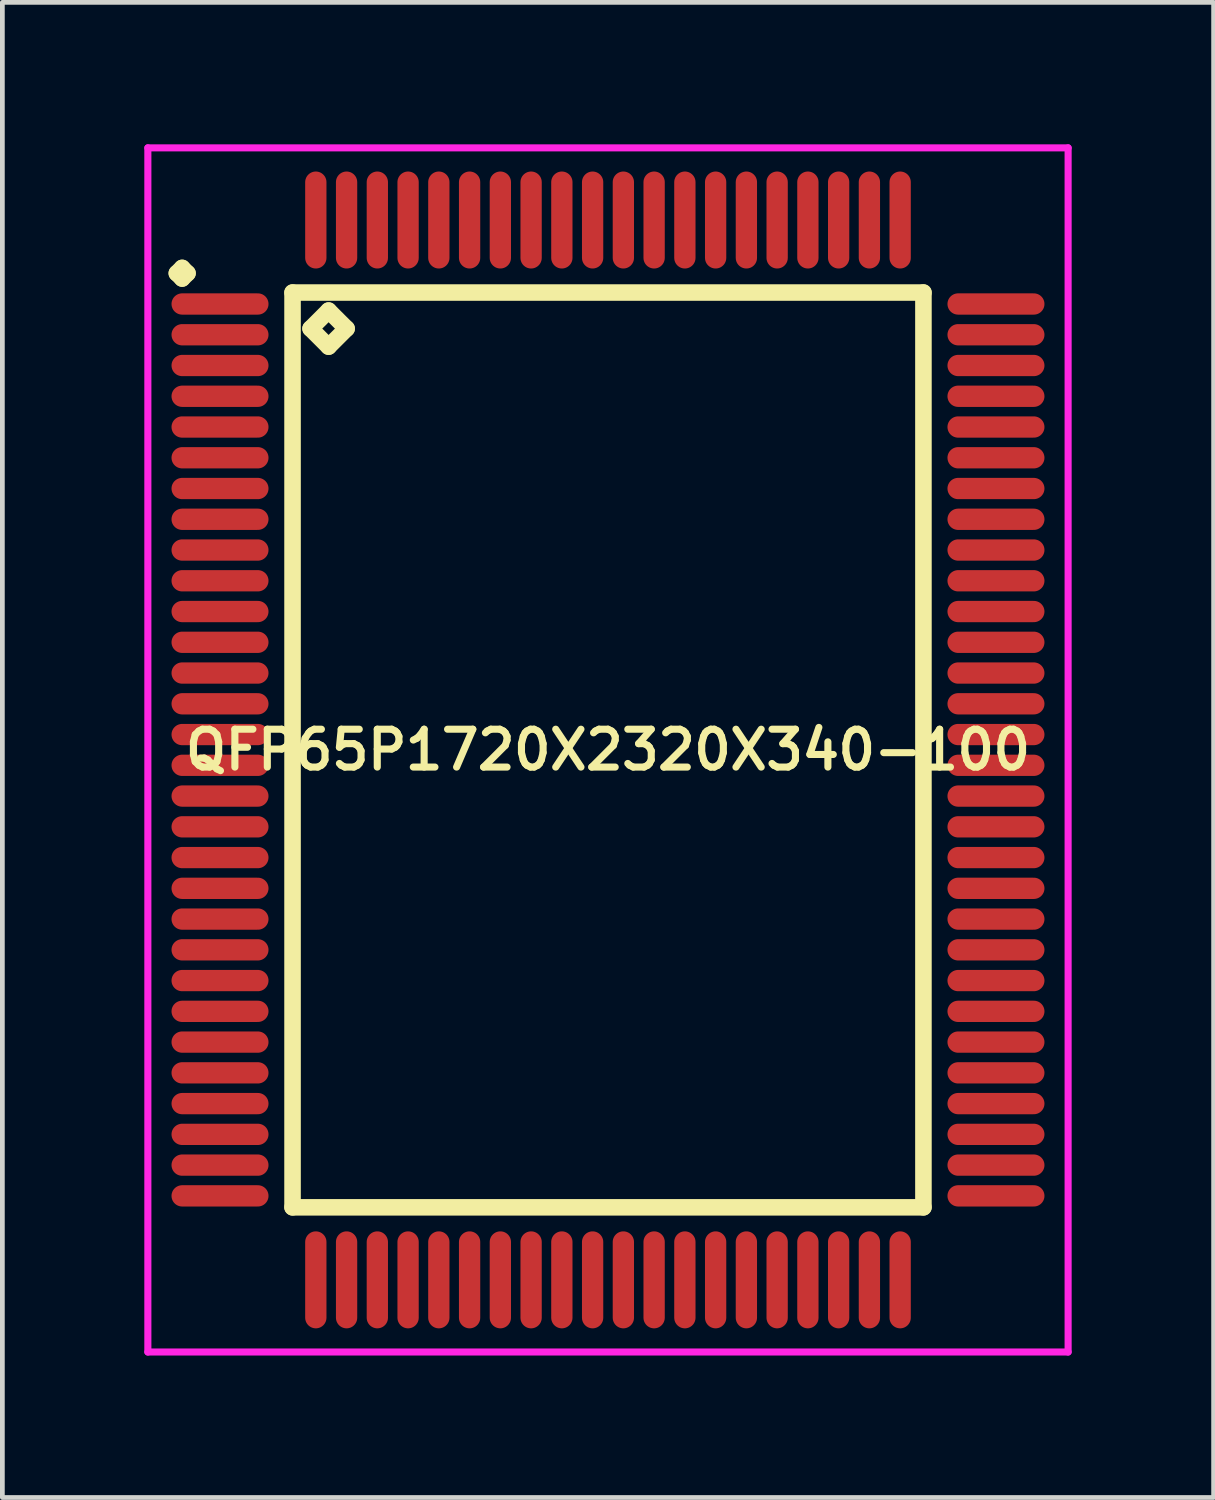
<source format=kicad_pcb>
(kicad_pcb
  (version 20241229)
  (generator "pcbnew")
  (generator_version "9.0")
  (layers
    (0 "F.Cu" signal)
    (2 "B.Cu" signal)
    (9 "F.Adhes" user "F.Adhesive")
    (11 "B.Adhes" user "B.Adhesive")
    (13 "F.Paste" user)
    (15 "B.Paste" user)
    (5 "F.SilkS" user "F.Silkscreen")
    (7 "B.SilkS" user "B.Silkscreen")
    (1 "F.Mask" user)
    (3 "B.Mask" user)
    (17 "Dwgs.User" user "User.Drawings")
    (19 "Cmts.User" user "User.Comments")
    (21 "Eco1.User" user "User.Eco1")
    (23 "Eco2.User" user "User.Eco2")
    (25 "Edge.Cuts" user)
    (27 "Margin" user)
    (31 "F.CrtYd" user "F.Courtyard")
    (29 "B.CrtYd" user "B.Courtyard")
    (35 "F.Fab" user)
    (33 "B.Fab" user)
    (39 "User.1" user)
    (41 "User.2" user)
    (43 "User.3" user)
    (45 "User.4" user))
  (footprint "QFP65P1720X2320X340-100"
    (layer "F.Cu")
    (at 9.8 12.8)
    (property "Reference" "QFP65P1720X2320X340-100" (at 0 0 0) (layer "F.SilkS") (effects (font (size 0.8 0.8) (thickness 0.15))))
    (attr through_hole)
    (fp_line (start -9.113 -10.075) (end -9 -10.188) (stroke (width 0.35) (type solid)) (layer "F.SilkS"))
    (fp_line (start -9 -10.188) (end -8.887 -10.075) (stroke (width 0.35) (type solid)) (layer "F.SilkS"))
    (fp_line (start -9 -9.963) (end -9.113 -10.075) (stroke (width 0.35) (type solid)) (layer "F.SilkS"))
    (fp_line (start -8.887 -10.075) (end -9 -9.963) (stroke (width 0.35) (type solid)) (layer "F.SilkS"))
    (fp_line (start -6.667 -9.667) (end -6.667 9.667) (stroke (width 0.35) (type solid)) (layer "F.SilkS"))
    (fp_line (start -6.667 9.667) (end 6.667 9.667) (stroke (width 0.35) (type solid)) (layer "F.SilkS"))
    (fp_line (start -6.286 -8.905) (end -5.905 -9.286) (stroke (width 0.35) (type solid)) (layer "F.SilkS"))
    (fp_line (start -5.905 -9.286) (end -5.524 -8.905) (stroke (width 0.35) (type solid)) (layer "F.SilkS"))
    (fp_line (start -5.905 -8.524) (end -6.286 -8.905) (stroke (width 0.35) (type solid)) (layer "F.SilkS"))
    (fp_line (start -5.524 -8.905) (end -5.905 -8.524) (stroke (width 0.35) (type solid)) (layer "F.SilkS"))
    (fp_line (start 6.667 -9.667) (end -6.667 -9.667) (stroke (width 0.35) (type solid)) (layer "F.SilkS"))
    (fp_line (start 6.667 9.667) (end 6.667 -9.667) (stroke (width 0.35) (type solid)) (layer "F.SilkS"))
    (fp_line (start -9.725 -12.725) (end 9.725 -12.725) (stroke (width 0.15) (type solid)) (layer "F.CrtYd"))
    (fp_line (start -9.725 12.725) (end -9.725 -12.725) (stroke (width 0.15) (type solid)) (layer "F.CrtYd"))
    (fp_line (start 9.725 -12.725) (end 9.725 12.725) (stroke (width 0.15) (type solid)) (layer "F.CrtYd"))
    (fp_line (start 9.725 12.725) (end -9.725 12.725) (stroke (width 0.15) (type solid)) (layer "F.CrtYd"))
    (pad "1" smd oval (at -8.2 -9.425) (size 2.05 0.45) (layers "F.Cu" "F.Mask" "F.Paste"))
    (pad "2" smd oval (at -8.2 -8.775) (size 2.05 0.45) (layers "F.Cu" "F.Mask" "F.Paste"))
    (pad "3" smd oval (at -8.2 -8.125) (size 2.05 0.45) (layers "F.Cu" "F.Mask" "F.Paste"))
    (pad "4" smd oval (at -8.2 -7.475) (size 2.05 0.45) (layers "F.Cu" "F.Mask" "F.Paste"))
    (pad "5" smd oval (at -8.2 -6.825) (size 2.05 0.45) (layers "F.Cu" "F.Mask" "F.Paste"))
    (pad "6" smd oval (at -8.2 -6.175) (size 2.05 0.45) (layers "F.Cu" "F.Mask" "F.Paste"))
    (pad "7" smd oval (at -8.2 -5.525) (size 2.05 0.45) (layers "F.Cu" "F.Mask" "F.Paste"))
    (pad "8" smd oval (at -8.2 -4.875) (size 2.05 0.45) (layers "F.Cu" "F.Mask" "F.Paste"))
    (pad "9" smd oval (at -8.2 -4.225) (size 2.05 0.45) (layers "F.Cu" "F.Mask" "F.Paste"))
    (pad "10" smd oval (at -8.2 -3.575) (size 2.05 0.45) (layers "F.Cu" "F.Mask" "F.Paste"))
    (pad "11" smd oval (at -8.2 -2.925) (size 2.05 0.45) (layers "F.Cu" "F.Mask" "F.Paste"))
    (pad "12" smd oval (at -8.2 -2.275) (size 2.05 0.45) (layers "F.Cu" "F.Mask" "F.Paste"))
    (pad "13" smd oval (at -8.2 -1.625) (size 2.05 0.45) (layers "F.Cu" "F.Mask" "F.Paste"))
    (pad "14" smd oval (at -8.2 -0.975) (size 2.05 0.45) (layers "F.Cu" "F.Mask" "F.Paste"))
    (pad "15" smd oval (at -8.2 -0.325) (size 2.05 0.45) (layers "F.Cu" "F.Mask" "F.Paste"))
    (pad "16" smd oval (at -8.2 0.325) (size 2.05 0.45) (layers "F.Cu" "F.Mask" "F.Paste"))
    (pad "17" smd oval (at -8.2 0.975) (size 2.05 0.45) (layers "F.Cu" "F.Mask" "F.Paste"))
    (pad "18" smd oval (at -8.2 1.625) (size 2.05 0.45) (layers "F.Cu" "F.Mask" "F.Paste"))
    (pad "19" smd oval (at -8.2 2.275) (size 2.05 0.45) (layers "F.Cu" "F.Mask" "F.Paste"))
    (pad "20" smd oval (at -8.2 2.925) (size 2.05 0.45) (layers "F.Cu" "F.Mask" "F.Paste"))
    (pad "21" smd oval (at -8.2 3.575) (size 2.05 0.45) (layers "F.Cu" "F.Mask" "F.Paste"))
    (pad "22" smd oval (at -8.2 4.225) (size 2.05 0.45) (layers "F.Cu" "F.Mask" "F.Paste"))
    (pad "23" smd oval (at -8.2 4.875) (size 2.05 0.45) (layers "F.Cu" "F.Mask" "F.Paste"))
    (pad "24" smd oval (at -8.2 5.525) (size 2.05 0.45) (layers "F.Cu" "F.Mask" "F.Paste"))
    (pad "25" smd oval (at -8.2 6.175) (size 2.05 0.45) (layers "F.Cu" "F.Mask" "F.Paste"))
    (pad "26" smd oval (at -8.2 6.825) (size 2.05 0.45) (layers "F.Cu" "F.Mask" "F.Paste"))
    (pad "27" smd oval (at -8.2 7.475) (size 2.05 0.45) (layers "F.Cu" "F.Mask" "F.Paste"))
    (pad "28" smd oval (at -8.2 8.125) (size 2.05 0.45) (layers "F.Cu" "F.Mask" "F.Paste"))
    (pad "29" smd oval (at -8.2 8.775) (size 2.05 0.45) (layers "F.Cu" "F.Mask" "F.Paste"))
    (pad "30" smd oval (at -8.2 9.425) (size 2.05 0.45) (layers "F.Cu" "F.Mask" "F.Paste"))
    (pad "31" smd oval (at -6.175 11.2) (size 0.45 2.05) (layers "F.Cu" "F.Mask" "F.Paste"))
    (pad "32" smd oval (at -5.525 11.2) (size 0.45 2.05) (layers "F.Cu" "F.Mask" "F.Paste"))
    (pad "33" smd oval (at -4.875 11.2) (size 0.45 2.05) (layers "F.Cu" "F.Mask" "F.Paste"))
    (pad "34" smd oval (at -4.225 11.2) (size 0.45 2.05) (layers "F.Cu" "F.Mask" "F.Paste"))
    (pad "35" smd oval (at -3.575 11.2) (size 0.45 2.05) (layers "F.Cu" "F.Mask" "F.Paste"))
    (pad "36" smd oval (at -2.925 11.2) (size 0.45 2.05) (layers "F.Cu" "F.Mask" "F.Paste"))
    (pad "37" smd oval (at -2.275 11.2) (size 0.45 2.05) (layers "F.Cu" "F.Mask" "F.Paste"))
    (pad "38" smd oval (at -1.625 11.2) (size 0.45 2.05) (layers "F.Cu" "F.Mask" "F.Paste"))
    (pad "39" smd oval (at -0.975 11.2) (size 0.45 2.05) (layers "F.Cu" "F.Mask" "F.Paste"))
    (pad "40" smd oval (at -0.325 11.2) (size 0.45 2.05) (layers "F.Cu" "F.Mask" "F.Paste"))
    (pad "41" smd oval (at 0.325 11.2) (size 0.45 2.05) (layers "F.Cu" "F.Mask" "F.Paste"))
    (pad "42" smd oval (at 0.975 11.2) (size 0.45 2.05) (layers "F.Cu" "F.Mask" "F.Paste"))
    (pad "43" smd oval (at 1.625 11.2) (size 0.45 2.05) (layers "F.Cu" "F.Mask" "F.Paste"))
    (pad "44" smd oval (at 2.275 11.2) (size 0.45 2.05) (layers "F.Cu" "F.Mask" "F.Paste"))
    (pad "45" smd oval (at 2.925 11.2) (size 0.45 2.05) (layers "F.Cu" "F.Mask" "F.Paste"))
    (pad "46" smd oval (at 3.575 11.2) (size 0.45 2.05) (layers "F.Cu" "F.Mask" "F.Paste"))
    (pad "47" smd oval (at 4.225 11.2) (size 0.45 2.05) (layers "F.Cu" "F.Mask" "F.Paste"))
    (pad "48" smd oval (at 4.875 11.2) (size 0.45 2.05) (layers "F.Cu" "F.Mask" "F.Paste"))
    (pad "49" smd oval (at 5.525 11.2) (size 0.45 2.05) (layers "F.Cu" "F.Mask" "F.Paste"))
    (pad "50" smd oval (at 6.175 11.2) (size 0.45 2.05) (layers "F.Cu" "F.Mask" "F.Paste"))
    (pad "51" smd oval (at 8.2 9.425) (size 2.05 0.45) (layers "F.Cu" "F.Mask" "F.Paste"))
    (pad "52" smd oval (at 8.2 8.775) (size 2.05 0.45) (layers "F.Cu" "F.Mask" "F.Paste"))
    (pad "53" smd oval (at 8.2 8.125) (size 2.05 0.45) (layers "F.Cu" "F.Mask" "F.Paste"))
    (pad "54" smd oval (at 8.2 7.475) (size 2.05 0.45) (layers "F.Cu" "F.Mask" "F.Paste"))
    (pad "55" smd oval (at 8.2 6.825) (size 2.05 0.45) (layers "F.Cu" "F.Mask" "F.Paste"))
    (pad "56" smd oval (at 8.2 6.175) (size 2.05 0.45) (layers "F.Cu" "F.Mask" "F.Paste"))
    (pad "57" smd oval (at 8.2 5.525) (size 2.05 0.45) (layers "F.Cu" "F.Mask" "F.Paste"))
    (pad "58" smd oval (at 8.2 4.875) (size 2.05 0.45) (layers "F.Cu" "F.Mask" "F.Paste"))
    (pad "59" smd oval (at 8.2 4.225) (size 2.05 0.45) (layers "F.Cu" "F.Mask" "F.Paste"))
    (pad "60" smd oval (at 8.2 3.575) (size 2.05 0.45) (layers "F.Cu" "F.Mask" "F.Paste"))
    (pad "61" smd oval (at 8.2 2.925) (size 2.05 0.45) (layers "F.Cu" "F.Mask" "F.Paste"))
    (pad "62" smd oval (at 8.2 2.275) (size 2.05 0.45) (layers "F.Cu" "F.Mask" "F.Paste"))
    (pad "63" smd oval (at 8.2 1.625) (size 2.05 0.45) (layers "F.Cu" "F.Mask" "F.Paste"))
    (pad "64" smd oval (at 8.2 0.975) (size 2.05 0.45) (layers "F.Cu" "F.Mask" "F.Paste"))
    (pad "65" smd oval (at 8.2 0.325) (size 2.05 0.45) (layers "F.Cu" "F.Mask" "F.Paste"))
    (pad "66" smd oval (at 8.2 -0.325) (size 2.05 0.45) (layers "F.Cu" "F.Mask" "F.Paste"))
    (pad "67" smd oval (at 8.2 -0.975) (size 2.05 0.45) (layers "F.Cu" "F.Mask" "F.Paste"))
    (pad "68" smd oval (at 8.2 -1.625) (size 2.05 0.45) (layers "F.Cu" "F.Mask" "F.Paste"))
    (pad "69" smd oval (at 8.2 -2.275) (size 2.05 0.45) (layers "F.Cu" "F.Mask" "F.Paste"))
    (pad "70" smd oval (at 8.2 -2.925) (size 2.05 0.45) (layers "F.Cu" "F.Mask" "F.Paste"))
    (pad "71" smd oval (at 8.2 -3.575) (size 2.05 0.45) (layers "F.Cu" "F.Mask" "F.Paste"))
    (pad "72" smd oval (at 8.2 -4.225) (size 2.05 0.45) (layers "F.Cu" "F.Mask" "F.Paste"))
    (pad "73" smd oval (at 8.2 -4.875) (size 2.05 0.45) (layers "F.Cu" "F.Mask" "F.Paste"))
    (pad "74" smd oval (at 8.2 -5.525) (size 2.05 0.45) (layers "F.Cu" "F.Mask" "F.Paste"))
    (pad "75" smd oval (at 8.2 -6.175) (size 2.05 0.45) (layers "F.Cu" "F.Mask" "F.Paste"))
    (pad "76" smd oval (at 8.2 -6.825) (size 2.05 0.45) (layers "F.Cu" "F.Mask" "F.Paste"))
    (pad "77" smd oval (at 8.2 -7.475) (size 2.05 0.45) (layers "F.Cu" "F.Mask" "F.Paste"))
    (pad "78" smd oval (at 8.2 -8.125) (size 2.05 0.45) (layers "F.Cu" "F.Mask" "F.Paste"))
    (pad "79" smd oval (at 8.2 -8.775) (size 2.05 0.45) (layers "F.Cu" "F.Mask" "F.Paste"))
    (pad "80" smd oval (at 8.2 -9.425) (size 2.05 0.45) (layers "F.Cu" "F.Mask" "F.Paste"))
    (pad "81" smd oval (at 6.175 -11.2) (size 0.45 2.05) (layers "F.Cu" "F.Mask" "F.Paste"))
    (pad "82" smd oval (at 5.525 -11.2) (size 0.45 2.05) (layers "F.Cu" "F.Mask" "F.Paste"))
    (pad "83" smd oval (at 4.875 -11.2) (size 0.45 2.05) (layers "F.Cu" "F.Mask" "F.Paste"))
    (pad "84" smd oval (at 4.225 -11.2) (size 0.45 2.05) (layers "F.Cu" "F.Mask" "F.Paste"))
    (pad "85" smd oval (at 3.575 -11.2) (size 0.45 2.05) (layers "F.Cu" "F.Mask" "F.Paste"))
    (pad "86" smd oval (at 2.925 -11.2) (size 0.45 2.05) (layers "F.Cu" "F.Mask" "F.Paste"))
    (pad "87" smd oval (at 2.275 -11.2) (size 0.45 2.05) (layers "F.Cu" "F.Mask" "F.Paste"))
    (pad "88" smd oval (at 1.625 -11.2) (size 0.45 2.05) (layers "F.Cu" "F.Mask" "F.Paste"))
    (pad "89" smd oval (at 0.975 -11.2) (size 0.45 2.05) (layers "F.Cu" "F.Mask" "F.Paste"))
    (pad "90" smd oval (at 0.325 -11.2) (size 0.45 2.05) (layers "F.Cu" "F.Mask" "F.Paste"))
    (pad "91" smd oval (at -0.325 -11.2) (size 0.45 2.05) (layers "F.Cu" "F.Mask" "F.Paste"))
    (pad "92" smd oval (at -0.975 -11.2) (size 0.45 2.05) (layers "F.Cu" "F.Mask" "F.Paste"))
    (pad "93" smd oval (at -1.625 -11.2) (size 0.45 2.05) (layers "F.Cu" "F.Mask" "F.Paste"))
    (pad "94" smd oval (at -2.275 -11.2) (size 0.45 2.05) (layers "F.Cu" "F.Mask" "F.Paste"))
    (pad "95" smd oval (at -2.925 -11.2) (size 0.45 2.05) (layers "F.Cu" "F.Mask" "F.Paste"))
    (pad "96" smd oval (at -3.575 -11.2) (size 0.45 2.05) (layers "F.Cu" "F.Mask" "F.Paste"))
    (pad "97" smd oval (at -4.225 -11.2) (size 0.45 2.05) (layers "F.Cu" "F.Mask" "F.Paste"))
    (pad "98" smd oval (at -4.875 -11.2) (size 0.45 2.05) (layers "F.Cu" "F.Mask" "F.Paste"))
    (pad "99" smd oval (at -5.525 -11.2) (size 0.45 2.05) (layers "F.Cu" "F.Mask" "F.Paste"))
    (pad "100" smd oval (at -6.175 -11.2) (size 0.45 2.05) (layers "F.Cu" "F.Mask" "F.Paste")))
  (gr_rect
    (start -3 -3)
    (end 22.6 28.6)
    (stroke (width 0.1) (type default))
    (fill no)
    (layer "Edge.Cuts")))
</source>
